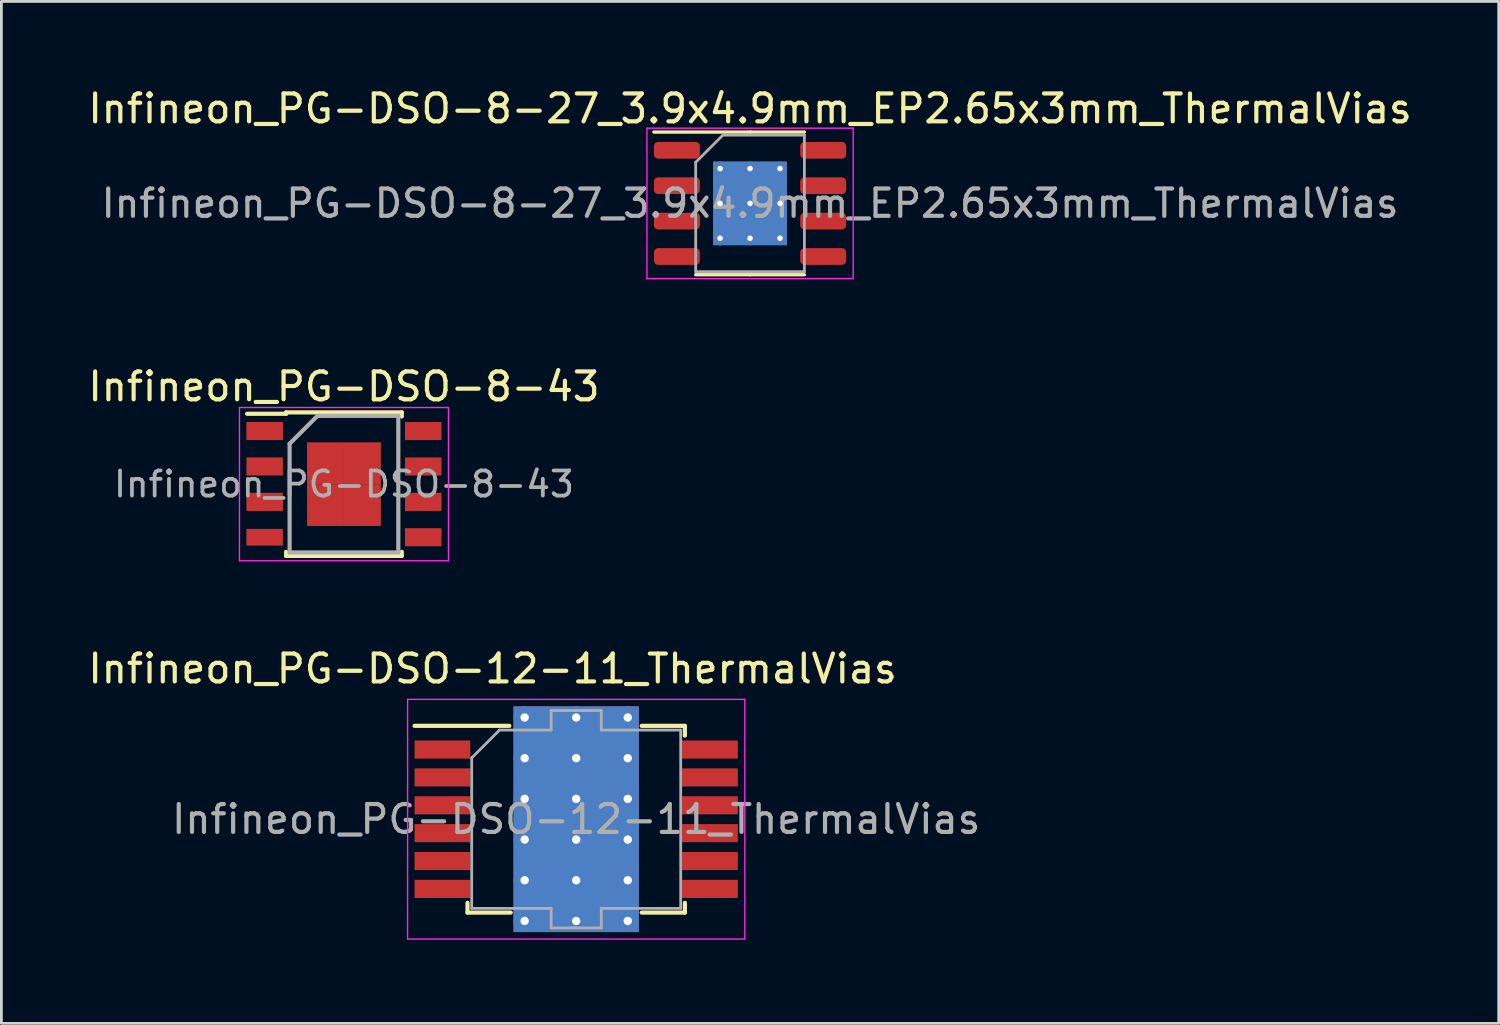
<source format=kicad_pcb>
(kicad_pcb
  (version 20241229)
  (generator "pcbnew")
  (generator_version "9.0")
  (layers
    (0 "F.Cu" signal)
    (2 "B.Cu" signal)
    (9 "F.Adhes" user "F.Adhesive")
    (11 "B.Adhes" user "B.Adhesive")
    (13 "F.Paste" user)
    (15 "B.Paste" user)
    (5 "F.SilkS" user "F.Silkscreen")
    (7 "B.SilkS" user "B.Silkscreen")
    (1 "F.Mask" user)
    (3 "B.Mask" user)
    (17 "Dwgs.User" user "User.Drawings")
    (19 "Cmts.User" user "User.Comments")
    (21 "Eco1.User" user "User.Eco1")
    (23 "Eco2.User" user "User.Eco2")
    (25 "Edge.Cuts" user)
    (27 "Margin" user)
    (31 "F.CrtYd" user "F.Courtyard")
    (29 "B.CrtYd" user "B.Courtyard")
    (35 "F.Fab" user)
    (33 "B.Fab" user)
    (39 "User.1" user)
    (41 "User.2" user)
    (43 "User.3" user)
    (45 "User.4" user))
  (footprint "Infineon_PG-DSO-8-27_3.9x4.9mm_EP2.65x3mm_ThermalVias"
    (layer "F.Cu")
    (at 23.863 4.248)
    (property "Reference" "Infineon_PG-DSO-8-27_3.9x4.9mm_EP2.65x3mm_ThermalVias" (at 0 -3.4 0) (layer "F.SilkS") (effects (font (size 1 1) (thickness 0.15))))
    (attr smd)
    (fp_line (start 0 -2.56) (end -3.45 -2.56) (stroke (width 0.12) (type solid)) (layer "F.SilkS"))
    (fp_line (start 0 -2.56) (end 1.95 -2.56) (stroke (width 0.12) (type solid)) (layer "F.SilkS"))
    (fp_line (start 0 2.56) (end -1.95 2.56) (stroke (width 0.12) (type solid)) (layer "F.SilkS"))
    (fp_line (start 0 2.56) (end 1.95 2.56) (stroke (width 0.12) (type solid)) (layer "F.SilkS"))
    (fp_line (start -3.7 -2.7) (end -3.7 2.7) (stroke (width 0.05) (type solid)) (layer "F.CrtYd"))
    (fp_line (start -3.7 2.7) (end 3.7 2.7) (stroke (width 0.05) (type solid)) (layer "F.CrtYd"))
    (fp_line (start 3.7 -2.7) (end -3.7 -2.7) (stroke (width 0.05) (type solid)) (layer "F.CrtYd"))
    (fp_line (start 3.7 2.7) (end 3.7 -2.7) (stroke (width 0.05) (type solid)) (layer "F.CrtYd"))
    (fp_line (start -1.95 -1.475) (end -0.975 -2.45) (stroke (width 0.1) (type solid)) (layer "F.Fab"))
    (fp_line (start -1.95 2.45) (end -1.95 -1.475) (stroke (width 0.1) (type solid)) (layer "F.Fab"))
    (fp_line (start -0.975 -2.45) (end 1.95 -2.45) (stroke (width 0.1) (type solid)) (layer "F.Fab"))
    (fp_line (start 1.95 -2.45) (end 1.95 2.45) (stroke (width 0.1) (type solid)) (layer "F.Fab"))
    (fp_line (start 1.95 2.45) (end -1.95 2.45) (stroke (width 0.1) (type solid)) (layer "F.Fab"))
    (fp_text user "${REFERENCE}" (at 0 0 0) (layer "F.Fab") (effects (font (size 0.98 0.98) (thickness 0.15))))
    (pad "" smd roundrect (at -0.66 -0.75) (size 1.11 1.25) (layers "F.Paste") (roundrect_rratio 0.225))
    (pad "" smd roundrect (at -0.66 0.75) (size 1.11 1.25) (layers "F.Paste") (roundrect_rratio 0.225))
    (pad "" smd roundrect (at 0.66 -0.75) (size 1.11 1.25) (layers "F.Paste") (roundrect_rratio 0.225))
    (pad "" smd roundrect (at 0.66 0.75) (size 1.11 1.25) (layers "F.Paste") (roundrect_rratio 0.225))
    (pad "1" smd roundrect (at -2.625 -1.905) (size 1.65 0.6) (layers "F.Cu" "F.Mask" "F.Paste") (roundrect_rratio 0.25))
    (pad "2" smd roundrect (at -2.625 -0.635) (size 1.65 0.6) (layers "F.Cu" "F.Mask" "F.Paste") (roundrect_rratio 0.25))
    (pad "3" smd roundrect (at -2.625 0.635) (size 1.65 0.6) (layers "F.Cu" "F.Mask" "F.Paste") (roundrect_rratio 0.25))
    (pad "4" smd roundrect (at -2.625 1.905) (size 1.65 0.6) (layers "F.Cu" "F.Mask" "F.Paste") (roundrect_rratio 0.25))
    (pad "5" smd roundrect (at 2.625 1.905) (size 1.65 0.6) (layers "F.Cu" "F.Mask" "F.Paste") (roundrect_rratio 0.25))
    (pad "6" smd roundrect (at 2.625 0.635) (size 1.65 0.6) (layers "F.Cu" "F.Mask" "F.Paste") (roundrect_rratio 0.25))
    (pad "7" smd roundrect (at 2.625 -0.635) (size 1.65 0.6) (layers "F.Cu" "F.Mask" "F.Paste") (roundrect_rratio 0.25))
    (pad "8" smd roundrect (at 2.625 -1.905) (size 1.65 0.6) (layers "F.Cu" "F.Mask" "F.Paste") (roundrect_rratio 0.25))
    (pad "9" thru_hole circle (at -1.075 -1.25) (size 0.5 0.5) (drill 0.2) (layers "*.Cu"))
    (pad "9" thru_hole circle (at -1.075 0) (size 0.5 0.5) (drill 0.2) (layers "*.Cu"))
    (pad "9" thru_hole circle (at -1.075 1.25) (size 0.5 0.5) (drill 0.2) (layers "*.Cu"))
    (pad "9" thru_hole circle (at 0 -1.25) (size 0.5 0.5) (drill 0.2) (layers "*.Cu"))
    (pad "9" thru_hole circle (at 0 0) (size 0.5 0.5) (drill 0.2) (layers "*.Cu"))
    (pad "9" smd rect (at 0 0) (size 2.65 3) (layers "F.Cu" "F.Mask"))
    (pad "9" smd rect (at 0 0) (size 2.65 3) (layers "B.Cu"))
    (pad "9" thru_hole circle (at 0 1.25) (size 0.5 0.5) (drill 0.2) (layers "*.Cu"))
    (pad "9" thru_hole circle (at 1.075 -1.25) (size 0.5 0.5) (drill 0.2) (layers "*.Cu"))
    (pad "9" thru_hole circle (at 1.075 0) (size 0.5 0.5) (drill 0.2) (layers "*.Cu"))
    (pad "9" thru_hole circle (at 1.075 1.25) (size 0.5 0.5) (drill 0.2) (layers "*.Cu")))
  (footprint "Infineon_PG-DSO-8-43"
    (layer "F.Cu")
    (at 9.292 14.322)
    (property "Reference" "Infineon_PG-DSO-8-43" (at 0 -3.5 0) (layer "F.SilkS") (effects (font (size 1 1) (thickness 0.15))))
    (attr smd)
    (fp_line (start -2.075 -2.575) (end -2.075 -2.525) (stroke (width 0.15) (type solid)) (layer "F.SilkS"))
    (fp_line (start -2.075 -2.575) (end 2.075 -2.575) (stroke (width 0.15) (type solid)) (layer "F.SilkS"))
    (fp_line (start -2.075 -2.525) (end -3.475 -2.525) (stroke (width 0.15) (type solid)) (layer "F.SilkS"))
    (fp_line (start -2.075 2.575) (end -2.075 2.43) (stroke (width 0.15) (type solid)) (layer "F.SilkS"))
    (fp_line (start -2.075 2.575) (end 2.075 2.575) (stroke (width 0.15) (type solid)) (layer "F.SilkS"))
    (fp_line (start 2.075 -2.575) (end 2.075 -2.43) (stroke (width 0.15) (type solid)) (layer "F.SilkS"))
    (fp_line (start 2.075 2.575) (end 2.075 2.43) (stroke (width 0.15) (type solid)) (layer "F.SilkS"))
    (fp_line (start -3.75 -2.75) (end -3.75 2.75) (stroke (width 0.05) (type solid)) (layer "F.CrtYd"))
    (fp_line (start -3.75 -2.75) (end 3.75 -2.75) (stroke (width 0.05) (type solid)) (layer "F.CrtYd"))
    (fp_line (start -3.75 2.75) (end 3.75 2.75) (stroke (width 0.05) (type solid)) (layer "F.CrtYd"))
    (fp_line (start 3.75 -2.75) (end 3.75 2.75) (stroke (width 0.05) (type solid)) (layer "F.CrtYd"))
    (fp_line (start -1.95 -1.45) (end -0.95 -2.45) (stroke (width 0.15) (type solid)) (layer "F.Fab"))
    (fp_line (start -1.95 2.45) (end -1.95 -1.45) (stroke (width 0.15) (type solid)) (layer "F.Fab"))
    (fp_line (start -0.95 -2.45) (end 1.95 -2.45) (stroke (width 0.15) (type solid)) (layer "F.Fab"))
    (fp_line (start 1.95 -2.45) (end 1.95 2.45) (stroke (width 0.15) (type solid)) (layer "F.Fab"))
    (fp_line (start 1.95 2.45) (end -1.95 2.45) (stroke (width 0.15) (type solid)) (layer "F.Fab"))
    (fp_text user "${REFERENCE}" (at 0 0 0) (layer "F.Fab") (effects (font (size 0.9 0.9) (thickness 0.135))))
    (pad "1" smd rect (at -2.845 -1.905) (size 1.31 0.65) (layers "F.Cu" "F.Mask" "F.Paste"))
    (pad "2" smd rect (at -2.845 -0.635) (size 1.31 0.65) (layers "F.Cu" "F.Mask" "F.Paste"))
    (pad "3" smd rect (at -2.845 0.635) (size 1.31 0.65) (layers "F.Cu" "F.Mask" "F.Paste"))
    (pad "4" smd rect (at -2.845 1.905) (size 1.31 0.6) (layers "F.Cu" "F.Mask" "F.Paste"))
    (pad "5" smd rect (at 2.845 1.905) (size 1.31 0.65) (layers "F.Cu" "F.Mask" "F.Paste"))
    (pad "6" smd rect (at 2.845 0.635) (size 1.31 0.65) (layers "F.Cu" "F.Mask" "F.Paste"))
    (pad "7" smd rect (at 2.845 -0.635) (size 1.31 0.65) (layers "F.Cu" "F.Mask" "F.Paste"))
    (pad "8" smd rect (at 2.845 -1.905) (size 1.31 0.65) (layers "F.Cu" "F.Mask" "F.Paste"))
    (pad "9" smd rect (at -0.662 -0.75) (size 1.325 1.5) (layers "F.Cu" "F.Mask" "F.Paste"))
    (pad "9" smd rect (at -0.662 0.75) (size 1.325 1.5) (layers "F.Cu" "F.Mask" "F.Paste"))
    (pad "9" smd rect (at 0.662 -0.75) (size 1.325 1.5) (layers "F.Cu" "F.Mask" "F.Paste"))
    (pad "9" smd rect (at 0.662 0.75) (size 1.325 1.5) (layers "F.Cu" "F.Mask" "F.Paste")))
  (footprint "Infineon_PG-DSO-12-11_ThermalVias"
    (layer "F.Cu")
    (at 17.625 26.345)
    (property "Reference" "Infineon_PG-DSO-12-11_ThermalVias" (at -3 -5.4 0) (layer "F.SilkS") (effects (font (size 1 1) (thickness 0.15))))
    (attr smd)
    (fp_line (start -5.8 -3.35) (end -2.4 -3.35) (stroke (width 0.15) (type solid)) (layer "F.SilkS"))
    (fp_line (start -3.9 3) (end -3.9 3.35) (stroke (width 0.15) (type solid)) (layer "F.SilkS"))
    (fp_line (start -3.9 3.35) (end -2.35 3.35) (stroke (width 0.15) (type solid)) (layer "F.SilkS"))
    (fp_line (start 3.9 -3.35) (end 2.35 -3.35) (stroke (width 0.15) (type solid)) (layer "F.SilkS"))
    (fp_line (start 3.9 -3) (end 3.9 -3.35) (stroke (width 0.15) (type solid)) (layer "F.SilkS"))
    (fp_line (start 3.9 3) (end 3.9 3.35) (stroke (width 0.15) (type solid)) (layer "F.SilkS"))
    (fp_line (start 3.9 3.35) (end 2.35 3.35) (stroke (width 0.15) (type solid)) (layer "F.SilkS"))
    (fp_line (start -6.05 -4.3) (end 6.05 -4.3) (stroke (width 0.05) (type solid)) (layer "F.CrtYd"))
    (fp_line (start -6.05 4.3) (end -6.05 -4.3) (stroke (width 0.05) (type solid)) (layer "F.CrtYd"))
    (fp_line (start 6.05 -4.3) (end 6.05 4.3) (stroke (width 0.05) (type solid)) (layer "F.CrtYd"))
    (fp_line (start 6.05 4.3) (end -6.05 4.3) (stroke (width 0.05) (type solid)) (layer "F.CrtYd"))
    (fp_line (start -3.75 3.2) (end -3.75 -2.2) (stroke (width 0.1) (type solid)) (layer "F.Fab"))
    (fp_line (start -2.75 -3.2) (end -3.75 -2.2) (stroke (width 0.1) (type solid)) (layer "F.Fab"))
    (fp_line (start -2.75 -3.2) (end -0.9 -3.2) (stroke (width 0.1) (type solid)) (layer "F.Fab"))
    (fp_line (start -0.9 -3.9) (end 0.9 -3.9) (stroke (width 0.1) (type solid)) (layer "F.Fab"))
    (fp_line (start -0.9 -3.2) (end -0.9 -3.9) (stroke (width 0.1) (type solid)) (layer "F.Fab"))
    (fp_line (start -0.9 3.2) (end -3.75 3.2) (stroke (width 0.1) (type solid)) (layer "F.Fab"))
    (fp_line (start -0.9 3.9) (end -0.9 3.2) (stroke (width 0.1) (type solid)) (layer "F.Fab"))
    (fp_line (start 0.9 -3.9) (end 0.9 -3.2) (stroke (width 0.1) (type solid)) (layer "F.Fab"))
    (fp_line (start 0.9 -3.2) (end 3.75 -3.2) (stroke (width 0.1) (type solid)) (layer "F.Fab"))
    (fp_line (start 0.9 3.2) (end 0.9 3.9) (stroke (width 0.1) (type solid)) (layer "F.Fab"))
    (fp_line (start 0.9 3.9) (end -0.9 3.9) (stroke (width 0.1) (type solid)) (layer "F.Fab"))
    (fp_line (start 3.75 -3.2) (end 3.75 3.2) (stroke (width 0.1) (type solid)) (layer "F.Fab"))
    (fp_line (start 3.75 3.2) (end 0.9 3.2) (stroke (width 0.1) (type solid)) (layer "F.Fab"))
    (fp_text user "${REFERENCE}" (at 0 0 0) (layer "F.Fab") (effects (font (size 1 1) (thickness 0.15))))
    (pad "" smd rect (at -0.925 -2.92) (size 1.55 1.16) (layers "F.Paste"))
    (pad "" smd rect (at -0.925 -1.46) (size 1.55 1.16) (layers "F.Paste"))
    (pad "" smd rect (at -0.925 0) (size 1.55 1.16) (layers "F.Paste"))
    (pad "" smd rect (at -0.925 1.46) (size 1.55 1.16) (layers "F.Paste"))
    (pad "" smd rect (at -0.925 2.92) (size 1.55 1.16) (layers "F.Paste"))
    (pad "" smd rect (at 0.925 -2.92) (size 1.55 1.16) (layers "F.Paste"))
    (pad "" smd rect (at 0.925 -1.46) (size 1.55 1.16) (layers "F.Paste"))
    (pad "" smd rect (at 0.925 0) (size 1.55 1.16) (layers "F.Paste"))
    (pad "" smd rect (at 0.925 1.46) (size 1.55 1.16) (layers "F.Paste"))
    (pad "" smd rect (at 0.925 2.92) (size 1.55 1.16) (layers "F.Paste"))
    (pad "1" smd rect (at -4.8 -2.5) (size 2 0.65) (layers "F.Cu" "F.Mask" "F.Paste"))
    (pad "2" smd rect (at -4.8 -1.5) (size 2 0.65) (layers "F.Cu" "F.Mask" "F.Paste"))
    (pad "3" smd rect (at -4.8 -0.5) (size 2 0.65) (layers "F.Cu" "F.Mask" "F.Paste"))
    (pad "4" smd rect (at -4.8 0.5) (size 2 0.65) (layers "F.Cu" "F.Mask" "F.Paste"))
    (pad "5" smd rect (at -4.8 1.5) (size 2 0.65) (layers "F.Cu" "F.Mask" "F.Paste"))
    (pad "6" smd rect (at -4.8 2.5) (size 2 0.65) (layers "F.Cu" "F.Mask" "F.Paste"))
    (pad "7" smd rect (at 4.8 2.5) (size 2 0.65) (layers "F.Cu" "F.Mask" "F.Paste"))
    (pad "8" smd rect (at 4.8 1.5) (size 2 0.65) (layers "F.Cu" "F.Mask" "F.Paste"))
    (pad "9" smd rect (at 4.8 0.5) (size 2 0.65) (layers "F.Cu" "F.Mask" "F.Paste"))
    (pad "10" smd rect (at 4.8 -0.5) (size 2 0.65) (layers "F.Cu" "F.Mask" "F.Paste"))
    (pad "11" smd rect (at 4.8 -1.5) (size 2 0.65) (layers "F.Cu" "F.Mask" "F.Paste"))
    (pad "12" smd rect (at 4.8 -2.5) (size 2 0.65) (layers "F.Cu" "F.Mask" "F.Paste"))
    (pad "13" thru_hole circle (at -1.85 -3.65) (size 0.8 0.8) (drill 0.3) (layers "*.Cu"))
    (pad "13" thru_hole circle (at -1.85 -2.19) (size 0.8 0.8) (drill 0.3) (layers "*.Cu"))
    (pad "13" thru_hole circle (at -1.85 -0.73) (size 0.8 0.8) (drill 0.3) (layers "*.Cu"))
    (pad "13" thru_hole circle (at -1.85 0.73) (size 0.8 0.8) (drill 0.3) (layers "*.Cu"))
    (pad "13" thru_hole circle (at -1.85 2.19) (size 0.8 0.8) (drill 0.3) (layers "*.Cu"))
    (pad "13" thru_hole circle (at -1.85 3.65) (size 0.8 0.8) (drill 0.3) (layers "*.Cu"))
    (pad "13" thru_hole circle (at 0 -3.65) (size 0.8 0.8) (drill 0.3) (layers "*.Cu"))
    (pad "13" thru_hole circle (at 0 -2.19) (size 0.8 0.8) (drill 0.3) (layers "*.Cu"))
    (pad "13" thru_hole circle (at 0 -0.73) (size 0.8 0.8) (drill 0.3) (layers "*.Cu"))
    (pad "13" smd rect (at 0 0) (size 4.5 8.1) (layers "F.Cu" "F.Mask"))
    (pad "13" smd rect (at 0 0) (size 4.5 8.1) (layers "B.Cu"))
    (pad "13" thru_hole circle (at 0 0.73) (size 0.8 0.8) (drill 0.3) (layers "*.Cu"))
    (pad "13" thru_hole circle (at 0 2.19) (size 0.8 0.8) (drill 0.3) (layers "*.Cu"))
    (pad "13" thru_hole circle (at 0 3.65) (size 0.8 0.8) (drill 0.3) (layers "*.Cu"))
    (pad "13" thru_hole circle (at 1.85 -3.65) (size 0.8 0.8) (drill 0.3) (layers "*.Cu"))
    (pad "13" thru_hole circle (at 1.85 -2.19) (size 0.8 0.8) (drill 0.3) (layers "*.Cu"))
    (pad "13" thru_hole circle (at 1.85 -0.73) (size 0.8 0.8) (drill 0.3) (layers "*.Cu"))
    (pad "13" thru_hole circle (at 1.85 0.73) (size 0.8 0.8) (drill 0.3) (layers "*.Cu"))
    (pad "13" thru_hole circle (at 1.85 2.19) (size 0.8 0.8) (drill 0.3) (layers "*.Cu"))
    (pad "13" thru_hole circle (at 1.85 3.65) (size 0.8 0.8) (drill 0.3) (layers "*.Cu")))
  (gr_rect
    (start -3 -3)
    (end 50.726 33.67)
    (stroke (width 0.1) (type default))
    (fill no)
    (layer "Edge.Cuts")))
</source>
